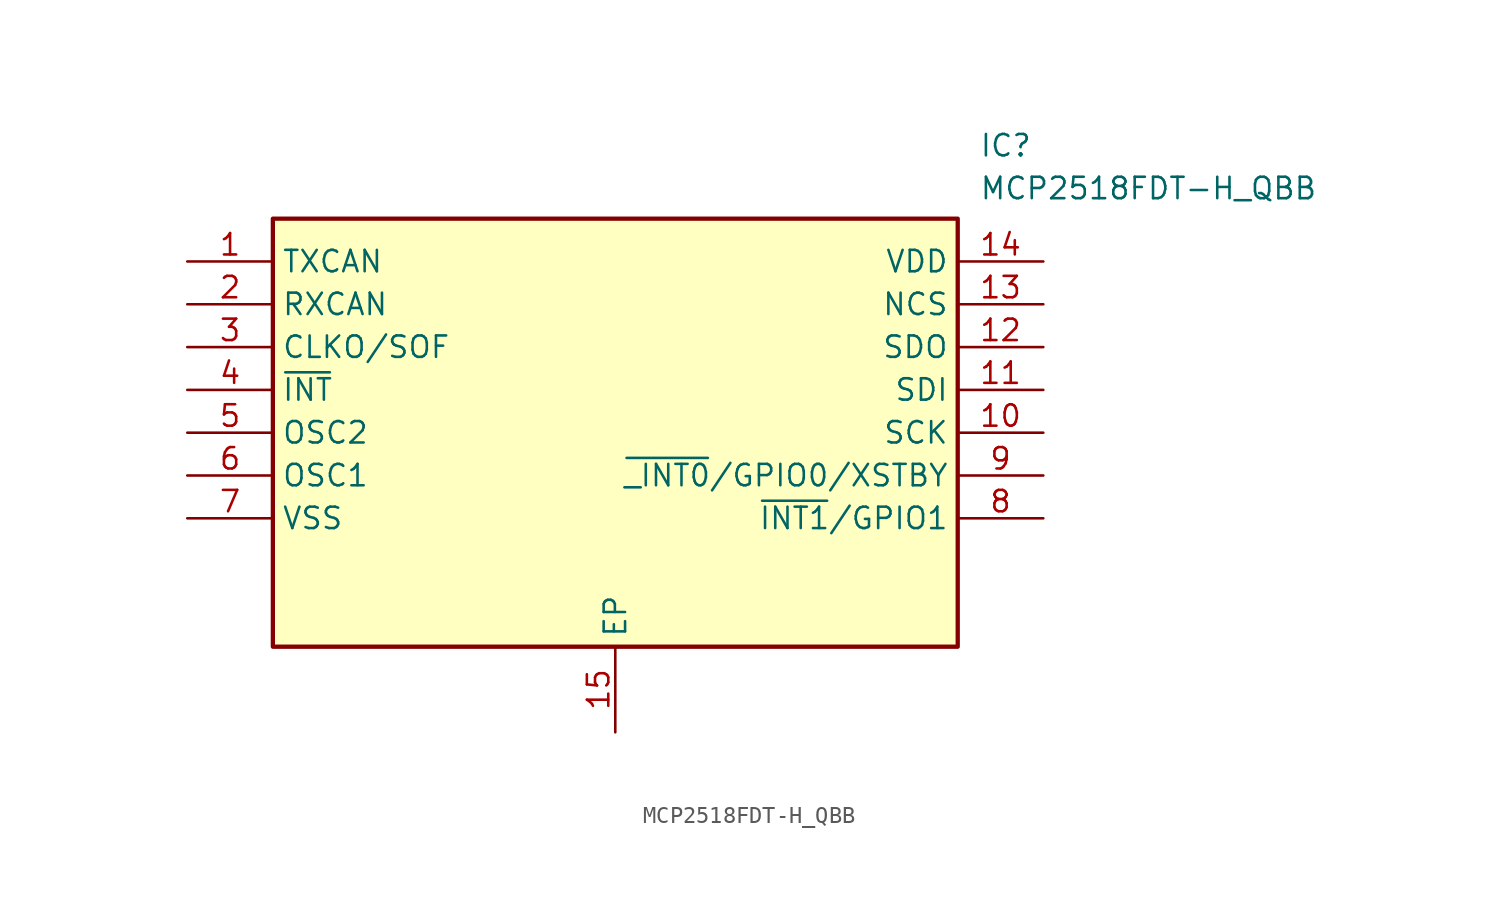
<source format=kicad_sym>
(kicad_symbol_lib
  (version 20211014)
  (generator SamacSys_ECAD_Model)
  (symbol "MCP2518FDT-H_QBB"
    (property "Reference" "IC"
      (at 46.99 7.62 0)
      (effects (font (size 1.27 1.27)) (justify left top)))
    (property "Value" "MCP2518FDT-H_QBB"
      (at 46.99 5.08 0)
      (effects (font (size 1.27 1.27)) (justify left top)))
    (rectangle
      (start 5.08 2.54)
      (end 45.72 -22.86)
      (stroke (width 0.254) (type default))
      (fill (type background)))
    (pin passive line
      (at 0 0 0)
      (length 5.08)
      (name "TXCAN" (effects (font (size 1.27 1.27))))
      (number "1" (effects (font (size 1.27 1.27)))))
    (pin passive line
      (at 0 -2.54 0)
      (length 5.08)
      (name "RXCAN" (effects (font (size 1.27 1.27))))
      (number "2" (effects (font (size 1.27 1.27)))))
    (pin passive line
      (at 0 -5.08 0)
      (length 5.08)
      (name "CLKO/SOF" (effects (font (size 1.27 1.27))))
      (number "3" (effects (font (size 1.27 1.27)))))
    (pin passive line
      (at 0 -7.62 0)
      (length 5.08)
      (name "~{INT}" (effects (font (size 1.27 1.27))))
      (number "4" (effects (font (size 1.27 1.27)))))
    (pin passive line
      (at 0 -10.16 0)
      (length 5.08)
      (name "OSC2" (effects (font (size 1.27 1.27))))
      (number "5" (effects (font (size 1.27 1.27)))))
    (pin passive line
      (at 0 -12.7 0)
      (length 5.08)
      (name "OSC1" (effects (font (size 1.27 1.27))))
      (number "6" (effects (font (size 1.27 1.27)))))
    (pin passive line
      (at 0 -15.24 0)
      (length 5.08)
      (name "VSS" (effects (font (size 1.27 1.27))))
      (number "7" (effects (font (size 1.27 1.27)))))
    (pin passive line
      (at 25.4 -27.94 90)
      (length 5.08)
      (name "EP" (effects (font (size 1.27 1.27))))
      (number "15" (effects (font (size 1.27 1.27)))))
    (pin passive line
      (at 50.8 0 180)
      (length 5.08)
      (name "VDD" (effects (font (size 1.27 1.27))))
      (number "14" (effects (font (size 1.27 1.27)))))
    (pin passive line
      (at 50.8 -2.54 180)
      (length 5.08)
      (name "NCS" (effects (font (size 1.27 1.27))))
      (number "13" (effects (font (size 1.27 1.27)))))
    (pin passive line
      (at 50.8 -5.08 180)
      (length 5.08)
      (name "SDO" (effects (font (size 1.27 1.27))))
      (number "12" (effects (font (size 1.27 1.27)))))
    (pin passive line
      (at 50.8 -7.62 180)
      (length 5.08)
      (name "SDI" (effects (font (size 1.27 1.27))))
      (number "11" (effects (font (size 1.27 1.27)))))
    (pin passive line
      (at 50.8 -10.16 180)
      (length 5.08)
      (name "SCK" (effects (font (size 1.27 1.27))))
      (number "10" (effects (font (size 1.27 1.27)))))
    (pin passive line
      (at 50.8 -12.7 180)
      (length 5.08)
      (name "~{_INT0}/GPIO0/XSTBY" (effects (font (size 1.27 1.27))))
      (number "9" (effects (font (size 1.27 1.27)))))
    (pin passive line
      (at 50.8 -15.24 180)
      (length 5.08)
      (name "~{INT1}/GPIO1" (effects (font (size 1.27 1.27))))
      (number "8" (effects (font (size 1.27 1.27)))))))
</source>
